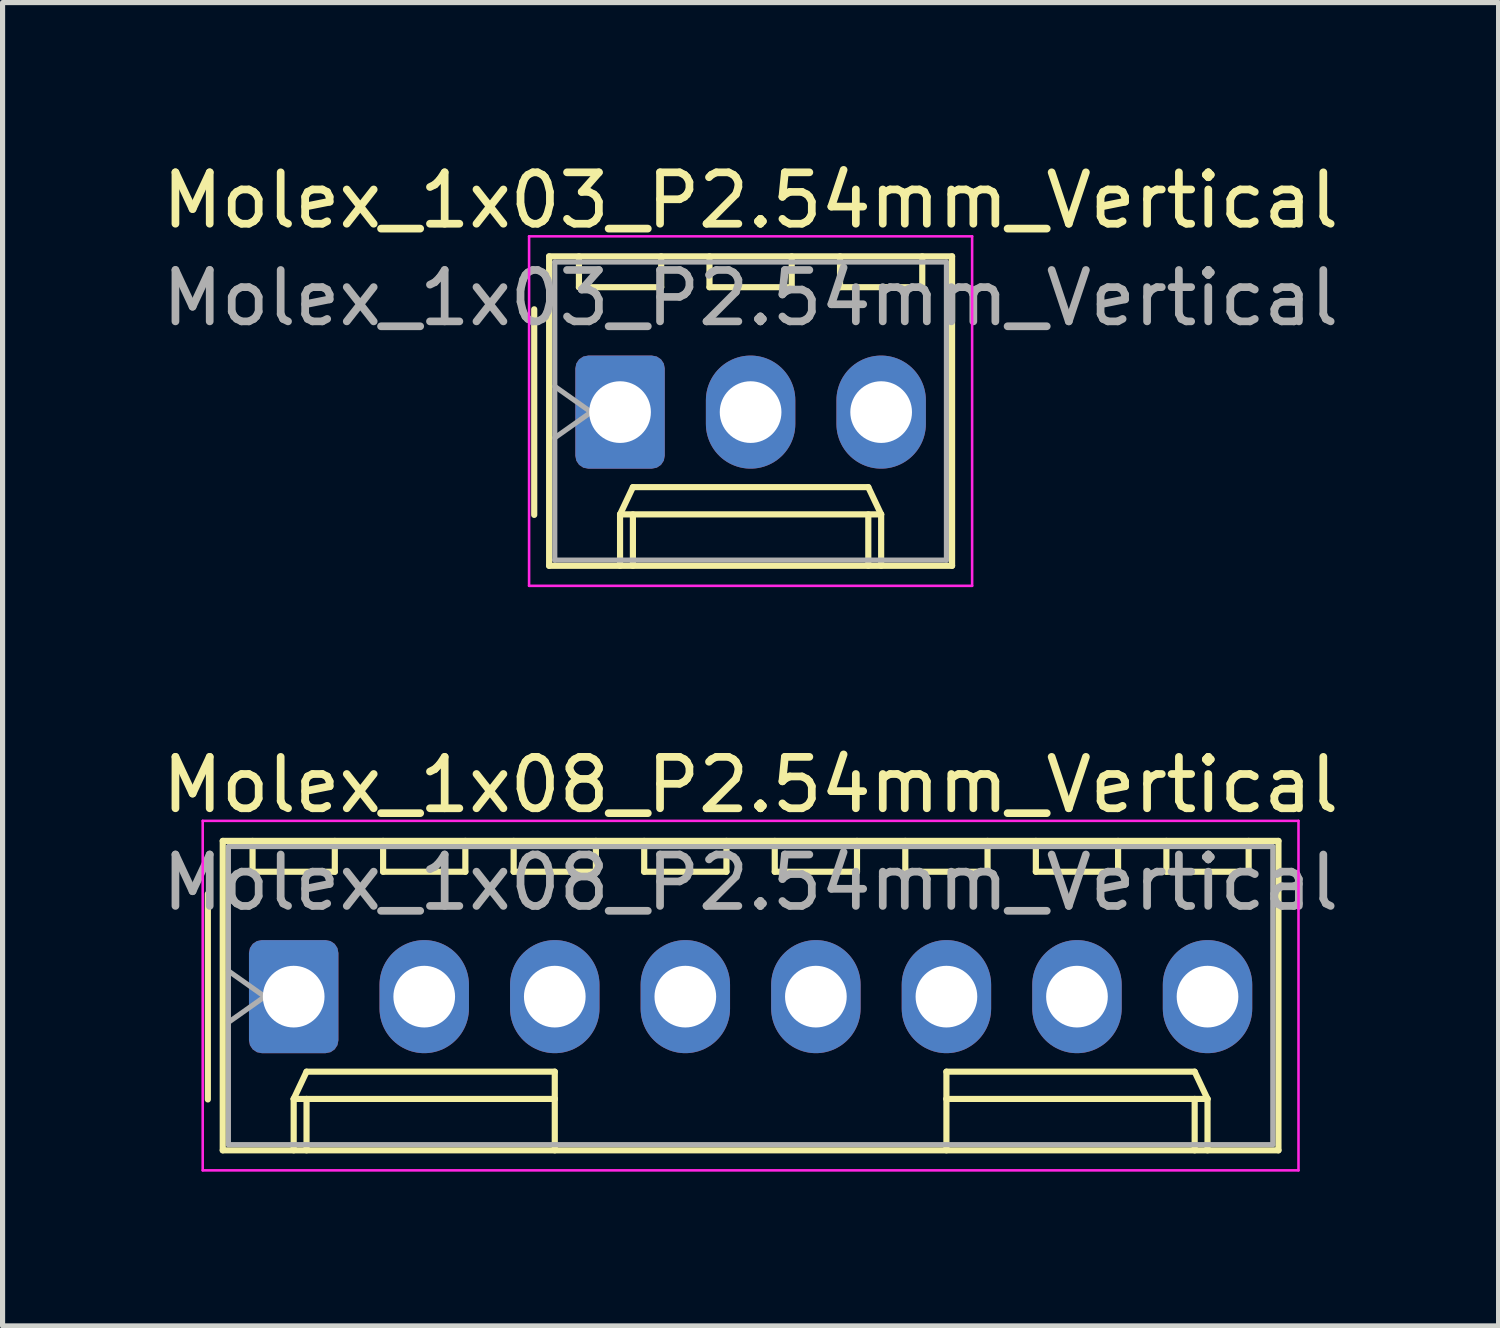
<source format=kicad_pcb>
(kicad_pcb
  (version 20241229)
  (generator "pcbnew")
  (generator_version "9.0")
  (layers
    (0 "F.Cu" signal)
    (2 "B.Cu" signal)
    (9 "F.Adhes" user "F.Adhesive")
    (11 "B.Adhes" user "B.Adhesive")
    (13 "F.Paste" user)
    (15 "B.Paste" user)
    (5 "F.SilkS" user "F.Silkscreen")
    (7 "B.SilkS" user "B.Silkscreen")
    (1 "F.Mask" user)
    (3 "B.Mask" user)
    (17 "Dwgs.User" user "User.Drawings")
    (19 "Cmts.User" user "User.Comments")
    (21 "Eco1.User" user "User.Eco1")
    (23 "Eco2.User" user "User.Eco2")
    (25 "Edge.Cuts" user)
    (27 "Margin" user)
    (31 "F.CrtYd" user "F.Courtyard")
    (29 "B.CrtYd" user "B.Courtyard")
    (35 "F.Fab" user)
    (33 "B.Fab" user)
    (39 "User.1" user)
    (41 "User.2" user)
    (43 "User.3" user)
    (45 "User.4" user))
  (footprint "Molex_1x03_P2.54mm_Vertical"
    (layer "F.Cu")
    (at 9.014 4.968)
    (property "Reference" "Molex_1x03_P2.54mm_Vertical" (at 2.54 -4.12 0) (layer "F.SilkS") (effects (font (size 1 1) (thickness 0.15))))
    (attr through_hole)
    (fp_line (start -1.67 -2) (end -1.67 2) (stroke (width 0.12) (type solid)) (layer "F.SilkS"))
    (fp_line (start -1.38 -3.03) (end -1.38 2.99) (stroke (width 0.12) (type solid)) (layer "F.SilkS"))
    (fp_line (start -1.38 2.99) (end 6.46 2.99) (stroke (width 0.12) (type solid)) (layer "F.SilkS"))
    (fp_line (start -0.8 -3.03) (end -0.8 -2.43) (stroke (width 0.12) (type solid)) (layer "F.SilkS"))
    (fp_line (start -0.8 -2.43) (end 0.8 -2.43) (stroke (width 0.12) (type solid)) (layer "F.SilkS"))
    (fp_line (start 0 1.99) (end 0.25 1.46) (stroke (width 0.12) (type solid)) (layer "F.SilkS"))
    (fp_line (start 0 1.99) (end 5.08 1.99) (stroke (width 0.12) (type solid)) (layer "F.SilkS"))
    (fp_line (start 0 2.99) (end 0 1.99) (stroke (width 0.12) (type solid)) (layer "F.SilkS"))
    (fp_line (start 0.25 1.46) (end 4.83 1.46) (stroke (width 0.12) (type solid)) (layer "F.SilkS"))
    (fp_line (start 0.25 2.99) (end 0.25 1.99) (stroke (width 0.12) (type solid)) (layer "F.SilkS"))
    (fp_line (start 0.8 -2.43) (end 0.8 -3.03) (stroke (width 0.12) (type solid)) (layer "F.SilkS"))
    (fp_line (start 1.74 -3.03) (end 1.74 -2.43) (stroke (width 0.12) (type solid)) (layer "F.SilkS"))
    (fp_line (start 1.74 -2.43) (end 3.34 -2.43) (stroke (width 0.12) (type solid)) (layer "F.SilkS"))
    (fp_line (start 3.34 -2.43) (end 3.34 -3.03) (stroke (width 0.12) (type solid)) (layer "F.SilkS"))
    (fp_line (start 4.28 -3.03) (end 4.28 -2.43) (stroke (width 0.12) (type solid)) (layer "F.SilkS"))
    (fp_line (start 4.28 -2.43) (end 5.88 -2.43) (stroke (width 0.12) (type solid)) (layer "F.SilkS"))
    (fp_line (start 4.83 1.46) (end 5.08 1.99) (stroke (width 0.12) (type solid)) (layer "F.SilkS"))
    (fp_line (start 4.83 2.99) (end 4.83 1.99) (stroke (width 0.12) (type solid)) (layer "F.SilkS"))
    (fp_line (start 5.08 1.99) (end 5.08 2.99) (stroke (width 0.12) (type solid)) (layer "F.SilkS"))
    (fp_line (start 5.88 -2.43) (end 5.88 -3.03) (stroke (width 0.12) (type solid)) (layer "F.SilkS"))
    (fp_line (start 6.46 -3.03) (end -1.38 -3.03) (stroke (width 0.12) (type solid)) (layer "F.SilkS"))
    (fp_line (start 6.46 2.99) (end 6.46 -3.03) (stroke (width 0.12) (type solid)) (layer "F.SilkS"))
    (fp_line (start -1.77 -3.42) (end -1.77 3.38) (stroke (width 0.05) (type solid)) (layer "F.CrtYd"))
    (fp_line (start -1.77 3.38) (end 6.85 3.38) (stroke (width 0.05) (type solid)) (layer "F.CrtYd"))
    (fp_line (start 6.85 -3.42) (end -1.77 -3.42) (stroke (width 0.05) (type solid)) (layer "F.CrtYd"))
    (fp_line (start 6.85 3.38) (end 6.85 -3.42) (stroke (width 0.05) (type solid)) (layer "F.CrtYd"))
    (fp_line (start -1.27 -2.92) (end -1.27 2.88) (stroke (width 0.1) (type solid)) (layer "F.Fab"))
    (fp_line (start -1.27 -0.5) (end -0.563 0) (stroke (width 0.1) (type solid)) (layer "F.Fab"))
    (fp_line (start -1.27 2.88) (end 6.35 2.88) (stroke (width 0.1) (type solid)) (layer "F.Fab"))
    (fp_line (start -0.563 0) (end -1.27 0.5) (stroke (width 0.1) (type solid)) (layer "F.Fab"))
    (fp_line (start 6.35 -2.92) (end -1.27 -2.92) (stroke (width 0.1) (type solid)) (layer "F.Fab"))
    (fp_line (start 6.35 2.88) (end 6.35 -2.92) (stroke (width 0.1) (type solid)) (layer "F.Fab"))
    (fp_text user "${REFERENCE}" (at 2.54 -2.22 0) (layer "F.Fab") (effects (font (size 1 1) (thickness 0.15))))
    (pad "1" thru_hole roundrect (at 0 0) (size 1.74 2.2) (drill 1.2) (layers "*.Cu" "*.Mask") (roundrect_rratio 0.144))
    (pad "2" thru_hole oval (at 2.54 0) (size 1.74 2.2) (drill 1.2) (layers "*.Cu" "*.Mask"))
    (pad "3" thru_hole oval (at 5.08 0) (size 1.74 2.2) (drill 1.2) (layers "*.Cu" "*.Mask")))
  (footprint "Molex_1x08_P2.54mm_Vertical"
    (layer "F.Cu")
    (at 2.664 16.341)
    (property "Reference" "Molex_1x08_P2.54mm_Vertical" (at 8.89 -4.12 0) (layer "F.SilkS") (effects (font (size 1 1) (thickness 0.15))))
    (attr through_hole)
    (fp_line (start -1.67 -2) (end -1.67 2) (stroke (width 0.12) (type solid)) (layer "F.SilkS"))
    (fp_line (start -1.38 -3.03) (end -1.38 2.99) (stroke (width 0.12) (type solid)) (layer "F.SilkS"))
    (fp_line (start -1.38 2.99) (end 19.16 2.99) (stroke (width 0.12) (type solid)) (layer "F.SilkS"))
    (fp_line (start -0.8 -3.03) (end -0.8 -2.43) (stroke (width 0.12) (type solid)) (layer "F.SilkS"))
    (fp_line (start -0.8 -2.43) (end 0.8 -2.43) (stroke (width 0.12) (type solid)) (layer "F.SilkS"))
    (fp_line (start 0 1.99) (end 0.25 1.46) (stroke (width 0.12) (type solid)) (layer "F.SilkS"))
    (fp_line (start 0 1.99) (end 5.08 1.99) (stroke (width 0.12) (type solid)) (layer "F.SilkS"))
    (fp_line (start 0 2.99) (end 0 1.99) (stroke (width 0.12) (type solid)) (layer "F.SilkS"))
    (fp_line (start 0.25 1.46) (end 5.08 1.46) (stroke (width 0.12) (type solid)) (layer "F.SilkS"))
    (fp_line (start 0.25 2.99) (end 0.25 1.99) (stroke (width 0.12) (type solid)) (layer "F.SilkS"))
    (fp_line (start 0.8 -2.43) (end 0.8 -3.03) (stroke (width 0.12) (type solid)) (layer "F.SilkS"))
    (fp_line (start 1.74 -3.03) (end 1.74 -2.43) (stroke (width 0.12) (type solid)) (layer "F.SilkS"))
    (fp_line (start 1.74 -2.43) (end 3.34 -2.43) (stroke (width 0.12) (type solid)) (layer "F.SilkS"))
    (fp_line (start 3.34 -2.43) (end 3.34 -3.03) (stroke (width 0.12) (type solid)) (layer "F.SilkS"))
    (fp_line (start 4.28 -3.03) (end 4.28 -2.43) (stroke (width 0.12) (type solid)) (layer "F.SilkS"))
    (fp_line (start 4.28 -2.43) (end 5.88 -2.43) (stroke (width 0.12) (type solid)) (layer "F.SilkS"))
    (fp_line (start 5.08 1.46) (end 5.08 1.99) (stroke (width 0.12) (type solid)) (layer "F.SilkS"))
    (fp_line (start 5.08 1.99) (end 5.08 2.99) (stroke (width 0.12) (type solid)) (layer "F.SilkS"))
    (fp_line (start 5.88 -2.43) (end 5.88 -3.03) (stroke (width 0.12) (type solid)) (layer "F.SilkS"))
    (fp_line (start 6.82 -3.03) (end 6.82 -2.43) (stroke (width 0.12) (type solid)) (layer "F.SilkS"))
    (fp_line (start 6.82 -2.43) (end 8.42 -2.43) (stroke (width 0.12) (type solid)) (layer "F.SilkS"))
    (fp_line (start 8.42 -2.43) (end 8.42 -3.03) (stroke (width 0.12) (type solid)) (layer "F.SilkS"))
    (fp_line (start 9.36 -3.03) (end 9.36 -2.43) (stroke (width 0.12) (type solid)) (layer "F.SilkS"))
    (fp_line (start 9.36 -2.43) (end 10.96 -2.43) (stroke (width 0.12) (type solid)) (layer "F.SilkS"))
    (fp_line (start 10.96 -2.43) (end 10.96 -3.03) (stroke (width 0.12) (type solid)) (layer "F.SilkS"))
    (fp_line (start 11.9 -3.03) (end 11.9 -2.43) (stroke (width 0.12) (type solid)) (layer "F.SilkS"))
    (fp_line (start 11.9 -2.43) (end 13.5 -2.43) (stroke (width 0.12) (type solid)) (layer "F.SilkS"))
    (fp_line (start 12.7 1.46) (end 12.7 1.99) (stroke (width 0.12) (type solid)) (layer "F.SilkS"))
    (fp_line (start 12.7 1.99) (end 12.7 2.99) (stroke (width 0.12) (type solid)) (layer "F.SilkS"))
    (fp_line (start 13.5 -2.43) (end 13.5 -3.03) (stroke (width 0.12) (type solid)) (layer "F.SilkS"))
    (fp_line (start 14.44 -3.03) (end 14.44 -2.43) (stroke (width 0.12) (type solid)) (layer "F.SilkS"))
    (fp_line (start 14.44 -2.43) (end 16.04 -2.43) (stroke (width 0.12) (type solid)) (layer "F.SilkS"))
    (fp_line (start 16.04 -2.43) (end 16.04 -3.03) (stroke (width 0.12) (type solid)) (layer "F.SilkS"))
    (fp_line (start 16.98 -3.03) (end 16.98 -2.43) (stroke (width 0.12) (type solid)) (layer "F.SilkS"))
    (fp_line (start 16.98 -2.43) (end 18.58 -2.43) (stroke (width 0.12) (type solid)) (layer "F.SilkS"))
    (fp_line (start 17.53 1.46) (end 12.7 1.46) (stroke (width 0.12) (type solid)) (layer "F.SilkS"))
    (fp_line (start 17.53 2.99) (end 17.53 1.99) (stroke (width 0.12) (type solid)) (layer "F.SilkS"))
    (fp_line (start 17.78 1.99) (end 12.7 1.99) (stroke (width 0.12) (type solid)) (layer "F.SilkS"))
    (fp_line (start 17.78 1.99) (end 17.53 1.46) (stroke (width 0.12) (type solid)) (layer "F.SilkS"))
    (fp_line (start 17.78 2.99) (end 17.78 1.99) (stroke (width 0.12) (type solid)) (layer "F.SilkS"))
    (fp_line (start 18.58 -2.43) (end 18.58 -3.03) (stroke (width 0.12) (type solid)) (layer "F.SilkS"))
    (fp_line (start 19.16 -3.03) (end -1.38 -3.03) (stroke (width 0.12) (type solid)) (layer "F.SilkS"))
    (fp_line (start 19.16 2.99) (end 19.16 -3.03) (stroke (width 0.12) (type solid)) (layer "F.SilkS"))
    (fp_line (start -1.77 -3.42) (end -1.77 3.38) (stroke (width 0.05) (type solid)) (layer "F.CrtYd"))
    (fp_line (start -1.77 3.38) (end 19.55 3.38) (stroke (width 0.05) (type solid)) (layer "F.CrtYd"))
    (fp_line (start 19.55 -3.42) (end -1.77 -3.42) (stroke (width 0.05) (type solid)) (layer "F.CrtYd"))
    (fp_line (start 19.55 3.38) (end 19.55 -3.42) (stroke (width 0.05) (type solid)) (layer "F.CrtYd"))
    (fp_line (start -1.27 -2.92) (end -1.27 2.88) (stroke (width 0.1) (type solid)) (layer "F.Fab"))
    (fp_line (start -1.27 -0.5) (end -0.563 0) (stroke (width 0.1) (type solid)) (layer "F.Fab"))
    (fp_line (start -1.27 2.88) (end 19.05 2.88) (stroke (width 0.1) (type solid)) (layer "F.Fab"))
    (fp_line (start -0.563 0) (end -1.27 0.5) (stroke (width 0.1) (type solid)) (layer "F.Fab"))
    (fp_line (start 19.05 -2.92) (end -1.27 -2.92) (stroke (width 0.1) (type solid)) (layer "F.Fab"))
    (fp_line (start 19.05 2.88) (end 19.05 -2.92) (stroke (width 0.1) (type solid)) (layer "F.Fab"))
    (fp_text user "${REFERENCE}" (at 8.89 -2.22 0) (layer "F.Fab") (effects (font (size 1 1) (thickness 0.15))))
    (pad "1" thru_hole roundrect (at 0 0) (size 1.74 2.2) (drill 1.2) (layers "*.Cu" "*.Mask") (roundrect_rratio 0.144))
    (pad "2" thru_hole oval (at 2.54 0) (size 1.74 2.2) (drill 1.2) (layers "*.Cu" "*.Mask"))
    (pad "3" thru_hole oval (at 5.08 0) (size 1.74 2.2) (drill 1.2) (layers "*.Cu" "*.Mask"))
    (pad "4" thru_hole oval (at 7.62 0) (size 1.74 2.2) (drill 1.2) (layers "*.Cu" "*.Mask"))
    (pad "5" thru_hole oval (at 10.16 0) (size 1.74 2.2) (drill 1.2) (layers "*.Cu" "*.Mask"))
    (pad "6" thru_hole oval (at 12.7 0) (size 1.74 2.2) (drill 1.2) (layers "*.Cu" "*.Mask"))
    (pad "7" thru_hole oval (at 15.24 0) (size 1.74 2.2) (drill 1.2) (layers "*.Cu" "*.Mask"))
    (pad "8" thru_hole oval (at 17.78 0) (size 1.74 2.2) (drill 1.2) (layers "*.Cu" "*.Mask")))
  (gr_rect
    (start -3 -3)
    (end 26.107 22.747)
    (stroke (width 0.1) (type default))
    (fill no)
    (layer "Edge.Cuts")))
</source>
